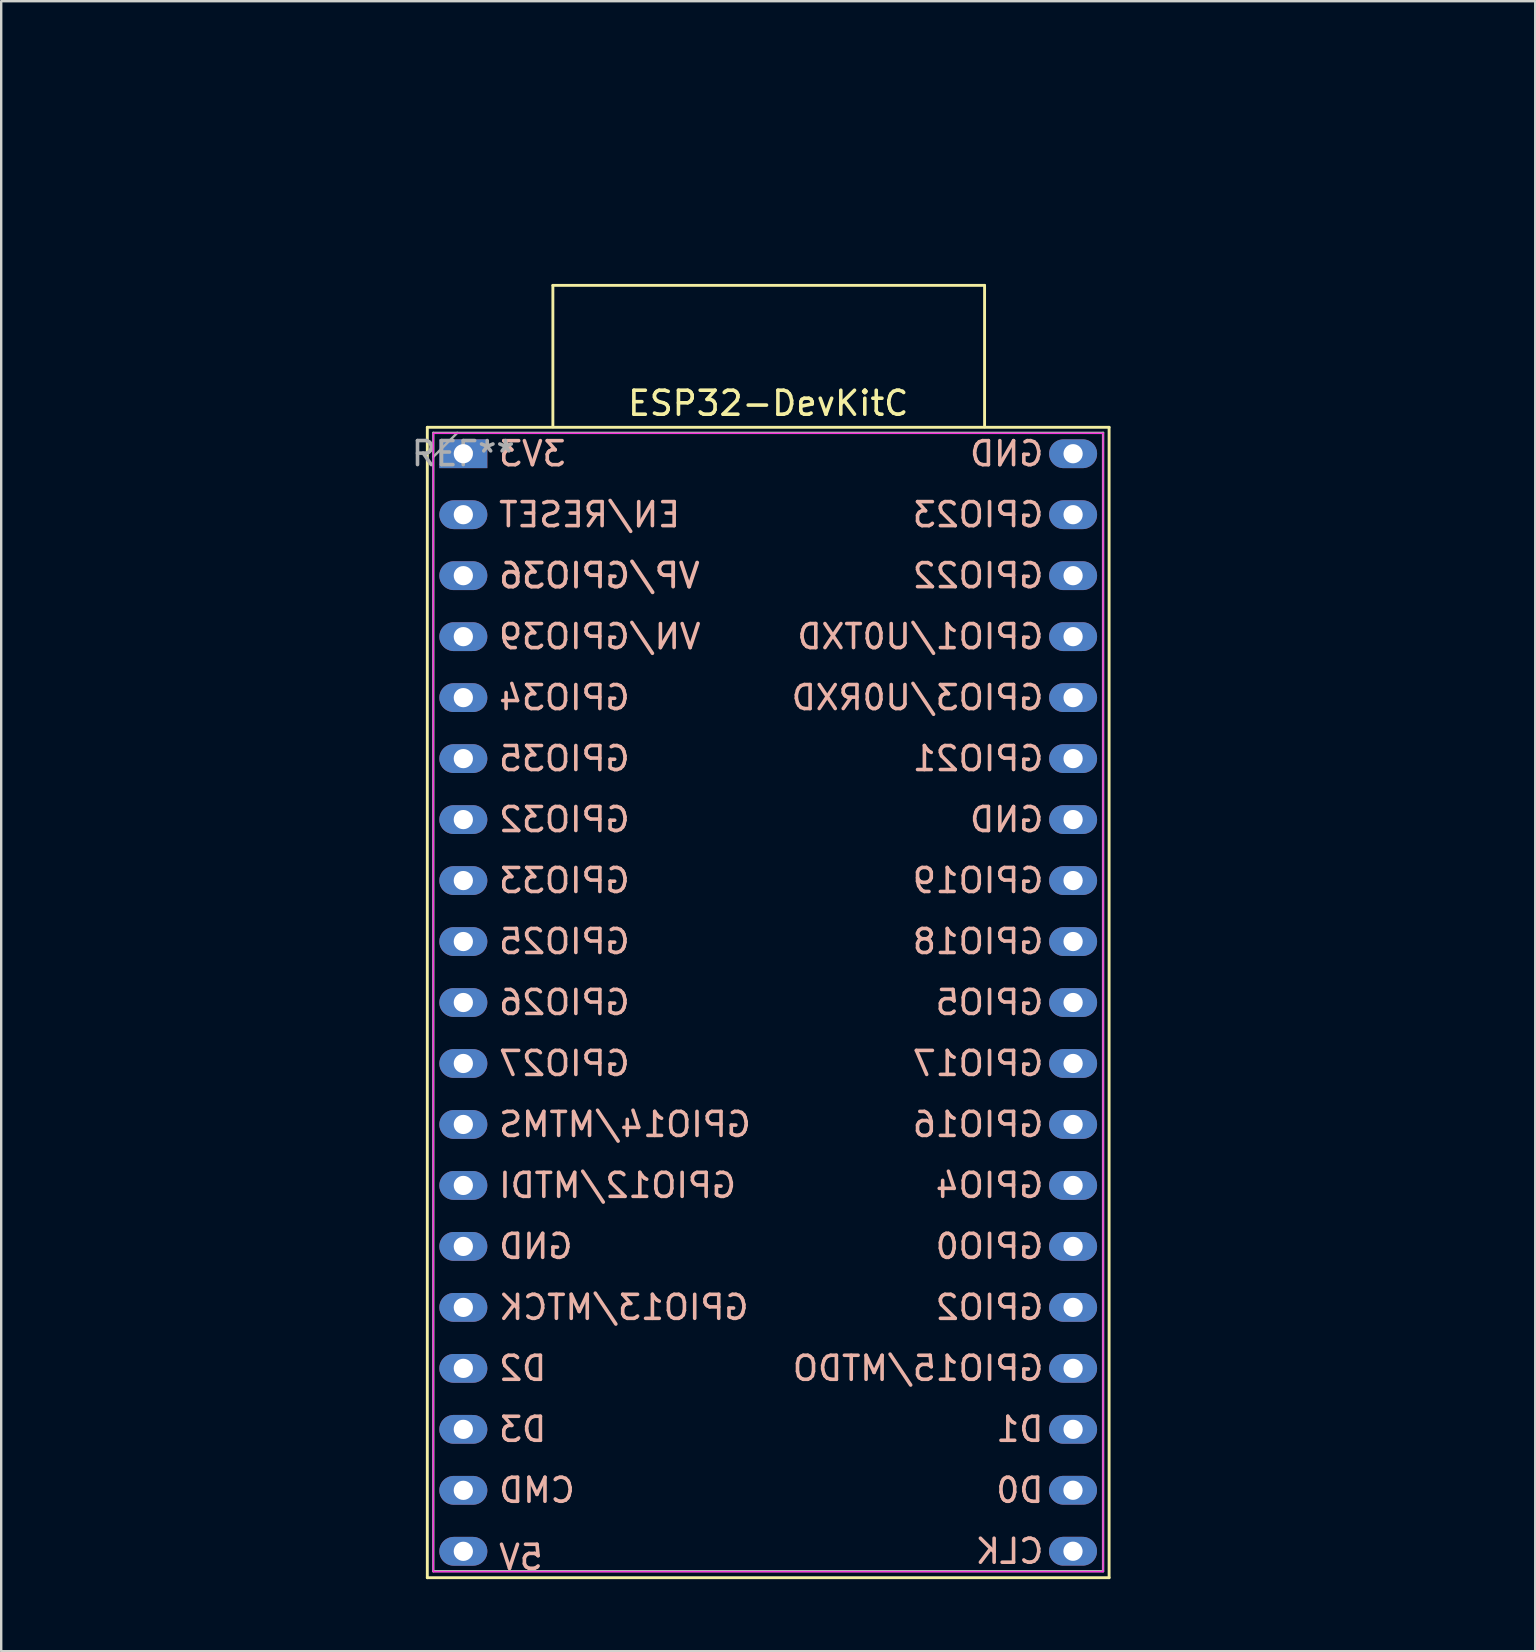
<source format=kicad_pcb>
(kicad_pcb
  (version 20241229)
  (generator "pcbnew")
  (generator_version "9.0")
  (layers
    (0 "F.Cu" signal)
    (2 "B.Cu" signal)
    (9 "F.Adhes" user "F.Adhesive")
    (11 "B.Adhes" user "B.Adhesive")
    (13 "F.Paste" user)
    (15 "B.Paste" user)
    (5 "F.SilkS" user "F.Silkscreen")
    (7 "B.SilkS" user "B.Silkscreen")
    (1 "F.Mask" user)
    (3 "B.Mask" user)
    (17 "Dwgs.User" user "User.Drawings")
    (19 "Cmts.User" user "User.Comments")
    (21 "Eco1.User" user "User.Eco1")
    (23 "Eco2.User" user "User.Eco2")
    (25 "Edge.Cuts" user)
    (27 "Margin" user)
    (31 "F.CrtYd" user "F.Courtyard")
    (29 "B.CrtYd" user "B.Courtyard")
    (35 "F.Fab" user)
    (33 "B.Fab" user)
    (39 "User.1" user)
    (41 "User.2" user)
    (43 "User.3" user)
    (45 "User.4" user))
  (footprint "ESP32-DevKitC"
    (layer "F.Cu")
    (at 16.25 15.85)
    (property "Reference" "ESP32-DevKitC" (at 12.7 -2.1 0) (layer "F.SilkS") (effects (font (size 1 1) (thickness 0.15))))
    (attr through_hole)
    (fp_line (start -1.5 46.82) (end 26.9 46.82) (stroke (width 0.12) (type solid)) (layer "F.SilkS"))
    (fp_line (start -1.5 -1.1) (end -1.5 46.82) (stroke (width 0.12) (type solid)) (layer "F.SilkS"))
    (fp_line (start 3.73 -7.013) (end 21.713 -7.013) (stroke (width 0.12) (type solid)) (layer "F.SilkS"))
    (fp_line (start 3.73 -1.12) (end 3.73 -7.013) (stroke (width 0.12) (type solid)) (layer "F.SilkS"))
    (fp_line (start 21.713 -7.013) (end 21.713 -1.12) (stroke (width 0.12) (type solid)) (layer "F.SilkS"))
    (fp_line (start 26.9 46.82) (end 26.9 -1.1) (stroke (width 0.12) (type solid)) (layer "F.SilkS"))
    (fp_line (start 26.9 -1.1) (end -1.5 -1.1) (stroke (width 0.12) (type solid)) (layer "F.SilkS"))
    (fp_line (start -1.25 -0.85) (end 26.65 -0.85) (stroke (width 0.05) (type solid)) (layer "F.CrtYd"))
    (fp_line (start -1.25 46.57) (end -1.25 -0.85) (stroke (width 0.05) (type solid)) (layer "F.CrtYd"))
    (fp_line (start 26.65 -0.85) (end 26.65 46.57) (stroke (width 0.05) (type solid)) (layer "F.CrtYd"))
    (fp_line (start 26.65 46.57) (end -1.25 46.57) (stroke (width 0.05) (type solid)) (layer "F.CrtYd"))
    (fp_line (start -1.25 -0.87) (end 26.65 -0.87) (stroke (width 0.1) (type solid)) (layer "F.Fab"))
    (fp_line (start -1.25 46.55) (end -1.25 -0.87) (stroke (width 0.1) (type solid)) (layer "F.Fab"))
    (fp_line (start -0.25 -0.87) (end -1.25 0.13) (stroke (width 0.1) (type solid)) (layer "F.Fab"))
    (fp_line (start 26.65 -0.87) (end 26.65 46.55) (stroke (width 0.1) (type solid)) (layer "F.Fab"))
    (fp_line (start 26.65 46.55) (end -1.25 46.55) (stroke (width 0.1) (type solid)) (layer "F.Fab"))
    (fp_text user "3V3" (at 1.397 0 0) (unlocked yes) (layer "B.SilkS") (effects (font (size 1 1) (thickness 0.15)) (justify right mirror)))
    (fp_text user "GPIO21" (at 24.257 12.7 0) (unlocked yes) (layer "B.SilkS") (effects (font (size 1 1) (thickness 0.15)) (justify left mirror)))
    (fp_text user "GPIO16" (at 24.257 27.94 0) (unlocked yes) (layer "B.SilkS") (effects (font (size 1 1) (thickness 0.15)) (justify left mirror)))
    (fp_text user "EN/RESET" (at 1.397 2.54 0) (unlocked yes) (layer "B.SilkS") (effects (font (size 1 1) (thickness 0.15)) (justify right mirror)))
    (fp_text user "GPIO33" (at 1.397 17.78 0) (unlocked yes) (layer "B.SilkS") (effects (font (size 1 1) (thickness 0.15)) (justify right mirror)))
    (fp_text user "GPIO27" (at 1.397 25.4 0) (unlocked yes) (layer "B.SilkS") (effects (font (size 1 1) (thickness 0.15)) (justify right mirror)))
    (fp_text user "GPIO14/MTMS" (at 1.397 27.94 0) (unlocked yes) (layer "B.SilkS") (effects (font (size 1 1) (thickness 0.15)) (justify right mirror)))
    (fp_text user "D1" (at 24.257 40.64 0) (unlocked yes) (layer "B.SilkS") (effects (font (size 1 1) (thickness 0.15)) (justify left mirror)))
    (fp_text user "CMD" (at 1.397 43.18 0) (unlocked yes) (layer "B.SilkS") (effects (font (size 1 1) (thickness 0.15)) (justify right mirror)))
    (fp_text user "GPIO26" (at 1.397 22.86 0) (unlocked yes) (layer "B.SilkS") (effects (font (size 1 1) (thickness 0.15)) (justify right mirror)))
    (fp_text user "VN/GPIO39" (at 1.397 7.62 0) (unlocked yes) (layer "B.SilkS") (effects (font (size 1 1) (thickness 0.15)) (justify right mirror)))
    (fp_text user "GPIO13/MTCK" (at 1.397 35.56 0) (unlocked yes) (layer "B.SilkS") (effects (font (size 1 1) (thickness 0.15)) (justify right mirror)))
    (fp_text user "GPIO5" (at 24.257 22.86 0) (unlocked yes) (layer "B.SilkS") (effects (font (size 1 1) (thickness 0.15)) (justify left mirror)))
    (fp_text user "CLK" (at 24.257 45.72 0) (unlocked yes) (layer "B.SilkS") (effects (font (size 1 1) (thickness 0.15)) (justify left mirror)))
    (fp_text user "D2" (at 1.397 38.1 0) (unlocked yes) (layer "B.SilkS") (effects (font (size 1 1) (thickness 0.15)) (justify right mirror)))
    (fp_text user "GPIO15/MTDO" (at 24.257 38.1 0) (unlocked yes) (layer "B.SilkS") (effects (font (size 1 1) (thickness 0.15)) (justify left mirror)))
    (fp_text user "GPIO32" (at 1.397 15.24 0) (unlocked yes) (layer "B.SilkS") (effects (font (size 1 1) (thickness 0.15)) (justify right mirror)))
    (fp_text user "GND" (at 1.397 33.02 0) (unlocked yes) (layer "B.SilkS") (effects (font (size 1 1) (thickness 0.15)) (justify right mirror)))
    (fp_text user "GPIO35" (at 1.397 12.7 0) (unlocked yes) (layer "B.SilkS") (effects (font (size 1 1) (thickness 0.15)) (justify right mirror)))
    (fp_text user "GPIO18" (at 24.257 20.32 0) (unlocked yes) (layer "B.SilkS") (effects (font (size 1 1) (thickness 0.15)) (justify left mirror)))
    (fp_text user "GND" (at 24.257 0 0) (unlocked yes) (layer "B.SilkS") (effects (font (size 1 1) (thickness 0.15)) (justify left mirror)))
    (fp_text user "GPIO1/U0TXD" (at 24.257 7.62 0) (unlocked yes) (layer "B.SilkS") (effects (font (size 1 1) (thickness 0.15)) (justify left mirror)))
    (fp_text user "GPIO4" (at 24.257 30.48 0) (unlocked yes) (layer "B.SilkS") (effects (font (size 1 1) (thickness 0.15)) (justify left mirror)))
    (fp_text user "D0" (at 24.257 43.18 0) (unlocked yes) (layer "B.SilkS") (effects (font (size 1 1) (thickness 0.15)) (justify left mirror)))
    (fp_text user "GPIO0" (at 24.257 33.02 0) (unlocked yes) (layer "B.SilkS") (effects (font (size 1 1) (thickness 0.15)) (justify left mirror)))
    (fp_text user "GPIO3/U0RXD" (at 24.257 10.16 0) (unlocked yes) (layer "B.SilkS") (effects (font (size 1 1) (thickness 0.15)) (justify left mirror)))
    (fp_text user "GPIO17" (at 24.257 25.4 0) (unlocked yes) (layer "B.SilkS") (effects (font (size 1 1) (thickness 0.15)) (justify left mirror)))
    (fp_text user "GND" (at 24.257 15.24 0) (unlocked yes) (layer "B.SilkS") (effects (font (size 1 1) (thickness 0.15)) (justify left mirror)))
    (fp_text user "VP/GPIO36" (at 1.397 5.08 0) (unlocked yes) (layer "B.SilkS") (effects (font (size 1 1) (thickness 0.16) (bold yes)) (justify right mirror)))
    (fp_text user "GPIO34" (at 1.397 10.16 0) (unlocked yes) (layer "B.SilkS") (effects (font (size 1 1) (thickness 0.15)) (justify right mirror)))
    (fp_text user "GPIO25" (at 1.397 20.32 0) (unlocked yes) (layer "B.SilkS") (effects (font (size 1 1) (thickness 0.15)) (justify right mirror)))
    (fp_text user "5V" (at 1.397 45.971 0) (unlocked yes) (layer "B.SilkS") (effects (font (size 1 1) (thickness 0.15)) (justify right mirror)))
    (fp_text user "GPIO23" (at 24.257 2.54 0) (unlocked yes) (layer "B.SilkS") (effects (font (size 1 1) (thickness 0.15)) (justify left mirror)))
    (fp_text user "GPIO2" (at 24.257 35.56 0) (unlocked yes) (layer "B.SilkS") (effects (font (size 1 1) (thickness 0.15)) (justify left mirror)))
    (fp_text user "GPIO12/MTDI" (at 1.397 30.48 0) (unlocked yes) (layer "B.SilkS") (effects (font (size 1 1) (thickness 0.15)) (justify right mirror)))
    (fp_text user "D3" (at 1.397 40.64 0) (unlocked yes) (layer "B.SilkS") (effects (font (size 1 1) (thickness 0.15)) (justify right mirror)))
    (fp_text user "GPIO22" (at 24.257 5.08 0) (unlocked yes) (layer "B.SilkS") (effects (font (size 1 1) (thickness 0.15)) (justify left mirror)))
    (fp_text user "GPIO19" (at 24.257 17.78 0) (unlocked yes) (layer "B.SilkS") (effects (font (size 1 1) (thickness 0.15)) (justify left mirror)))
    (fp_text user "REF**" (at -0.004 -0.003 0) (layer "F.Fab") (effects (font (size 1 1) (thickness 0.15))))
    (pad "1" thru_hole rect (at 0 0 270) (size 1.2 2) (drill 0.8) (layers "*.Cu" "*.Mask"))
    (pad "2" thru_hole oval (at 0 2.54 270) (size 1.2 2) (drill 0.8) (layers "*.Cu" "*.Mask"))
    (pad "3" thru_hole oval (at 0 5.08 270) (size 1.2 2) (drill 0.8) (layers "*.Cu" "*.Mask"))
    (pad "4" thru_hole oval (at 0 7.62 270) (size 1.2 2) (drill 0.8) (layers "*.Cu" "*.Mask"))
    (pad "5" thru_hole oval (at 0 10.16 270) (size 1.2 2) (drill 0.8) (layers "*.Cu" "*.Mask"))
    (pad "6" thru_hole oval (at 0 12.7 270) (size 1.2 2) (drill 0.8) (layers "*.Cu" "*.Mask"))
    (pad "7" thru_hole oval (at 0 15.24 270) (size 1.2 2) (drill 0.8) (layers "*.Cu" "*.Mask"))
    (pad "8" thru_hole oval (at 0 17.78 270) (size 1.2 2) (drill 0.8) (layers "*.Cu" "*.Mask"))
    (pad "9" thru_hole oval (at 0 20.32 270) (size 1.2 2) (drill 0.8) (layers "*.Cu" "*.Mask"))
    (pad "10" thru_hole oval (at 0 22.86 270) (size 1.2 2) (drill 0.8) (layers "*.Cu" "*.Mask"))
    (pad "11" thru_hole oval (at 0 25.4 270) (size 1.2 2) (drill 0.8) (layers "*.Cu" "*.Mask"))
    (pad "12" thru_hole oval (at 0 27.94 270) (size 1.2 2) (drill 0.8) (layers "*.Cu" "*.Mask"))
    (pad "13" thru_hole oval (at 0 30.48 270) (size 1.2 2) (drill 0.8) (layers "*.Cu" "*.Mask"))
    (pad "14" thru_hole oval (at 0 33.02 270) (size 1.2 2) (drill 0.8) (layers "*.Cu" "*.Mask"))
    (pad "15" thru_hole oval (at 0 35.56 270) (size 1.2 2) (drill 0.8) (layers "*.Cu" "*.Mask"))
    (pad "16" thru_hole oval (at 0 38.1 270) (size 1.2 2) (drill 0.8) (layers "*.Cu" "*.Mask"))
    (pad "17" thru_hole oval (at 0 40.64 270) (size 1.2 2) (drill 0.8) (layers "*.Cu" "*.Mask"))
    (pad "18" thru_hole oval (at 0 43.18 270) (size 1.2 2) (drill 0.8) (layers "*.Cu" "*.Mask"))
    (pad "19" thru_hole oval (at 0 45.72 270) (size 1.2 2) (drill 0.8) (layers "*.Cu" "*.Mask"))
    (pad "20" thru_hole oval (at 25.396 45.717 270) (size 1.2 2) (drill 0.8) (layers "*.Cu" "*.Mask"))
    (pad "21" thru_hole oval (at 25.396 43.177 270) (size 1.2 2) (drill 0.8) (layers "*.Cu" "*.Mask"))
    (pad "22" thru_hole oval (at 25.4 40.64 270) (size 1.2 2) (drill 0.8) (layers "*.Cu" "*.Mask"))
    (pad "23" thru_hole oval (at 25.4 38.1 270) (size 1.2 2) (drill 0.8) (layers "*.Cu" "*.Mask"))
    (pad "24" thru_hole oval (at 25.4 35.56 270) (size 1.2 2) (drill 0.8) (layers "*.Cu" "*.Mask"))
    (pad "25" thru_hole oval (at 25.4 33.02 270) (size 1.2 2) (drill 0.8) (layers "*.Cu" "*.Mask"))
    (pad "26" thru_hole oval (at 25.4 30.48 270) (size 1.2 2) (drill 0.8) (layers "*.Cu" "*.Mask"))
    (pad "27" thru_hole oval (at 25.4 27.94 270) (size 1.2 2) (drill 0.8) (layers "*.Cu" "*.Mask"))
    (pad "28" thru_hole oval (at 25.4 25.4 270) (size 1.2 2) (drill 0.8) (layers "*.Cu" "*.Mask"))
    (pad "29" thru_hole oval (at 25.4 22.86 270) (size 1.2 2) (drill 0.8) (layers "*.Cu" "*.Mask"))
    (pad "30" thru_hole oval (at 25.4 20.32 270) (size 1.2 2) (drill 0.8) (layers "*.Cu" "*.Mask"))
    (pad "31" thru_hole oval (at 25.4 17.78 270) (size 1.2 2) (drill 0.8) (layers "*.Cu" "*.Mask"))
    (pad "32" thru_hole oval (at 25.4 15.24 270) (size 1.2 2) (drill 0.8) (layers "*.Cu" "*.Mask"))
    (pad "33" thru_hole oval (at 25.4 12.7 270) (size 1.2 2) (drill 0.8) (layers "*.Cu" "*.Mask"))
    (pad "34" thru_hole oval (at 25.4 10.16 270) (size 1.2 2) (drill 0.8) (layers "*.Cu" "*.Mask"))
    (pad "35" thru_hole oval (at 25.4 7.62 270) (size 1.2 2) (drill 0.8) (layers "*.Cu" "*.Mask"))
    (pad "36" thru_hole oval (at 25.4 5.08 270) (size 1.2 2) (drill 0.8) (layers "*.Cu" "*.Mask"))
    (pad "37" thru_hole oval (at 25.4 2.54 270) (size 1.2 2) (drill 0.8) (layers "*.Cu" "*.Mask"))
    (pad "38" thru_hole oval (at 25.4 0 270) (size 1.2 2) (drill 0.8) (layers "*.Cu" "*.Mask"))
    (zone (net_name "") (layers "F.Cu" "B.Cu") (hatch edge 0.5) (connect_pads) (min_thickness 0.25) (filled_areas_thickness no) (keepout (tracks not_allowed) (vias not_allowed) (pads not_allowed) (copperpour not_allowed) (footprints allowed)) (placement (enabled no)) (fill) (polygon (pts (xy 0 0) (xy 57.9 0) (xy 57.9 15) (xy 0 15)))))
  (gr_rect
    (start -3 -3)
    (end 60.9 65.73)
    (stroke (width 0.1) (type default))
    (fill no)
    (layer "Edge.Cuts")))
</source>
